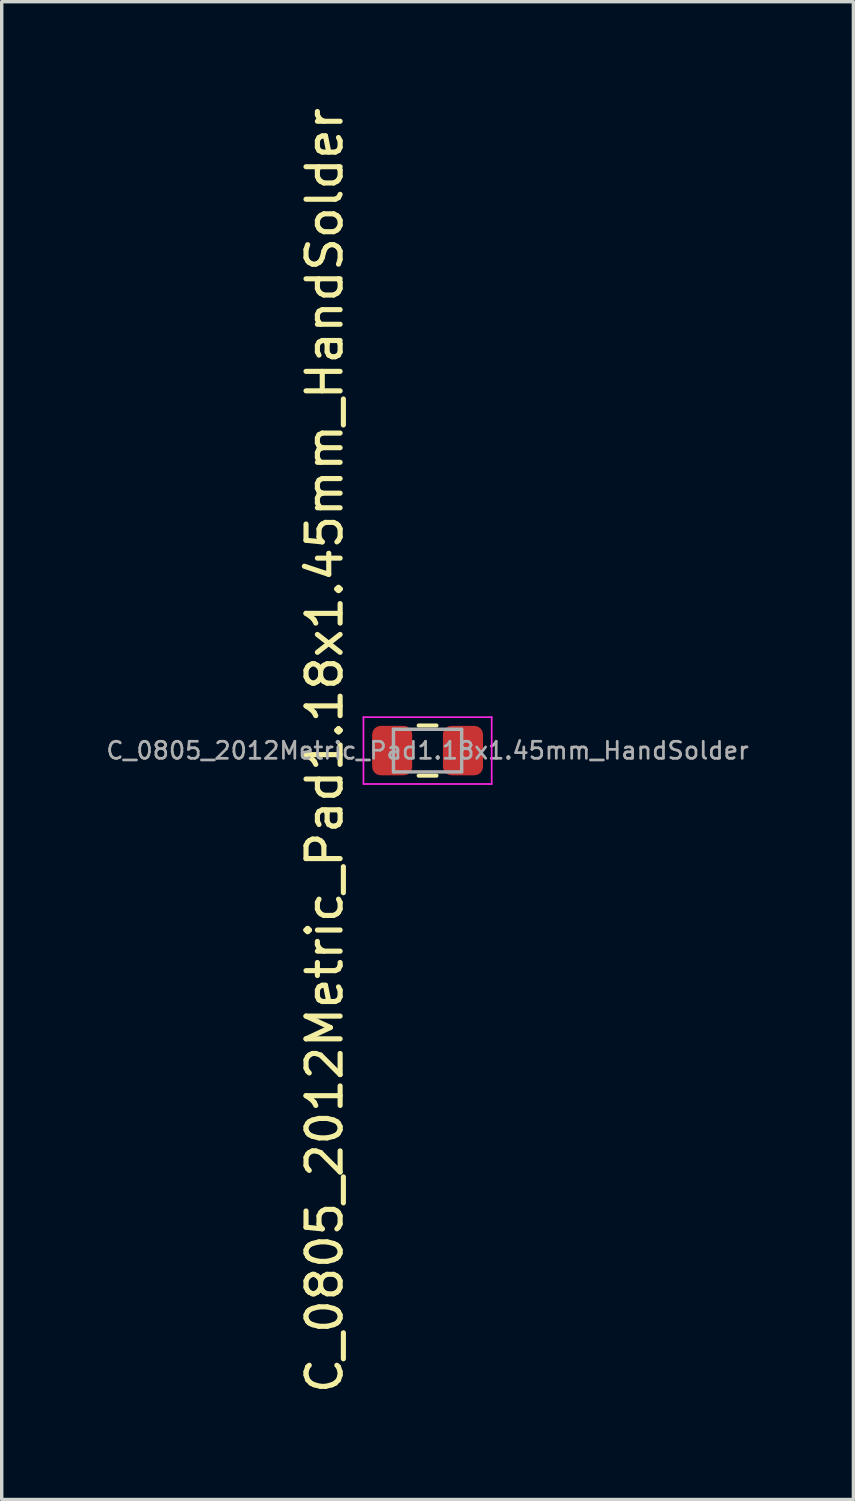
<source format=kicad_pcb>
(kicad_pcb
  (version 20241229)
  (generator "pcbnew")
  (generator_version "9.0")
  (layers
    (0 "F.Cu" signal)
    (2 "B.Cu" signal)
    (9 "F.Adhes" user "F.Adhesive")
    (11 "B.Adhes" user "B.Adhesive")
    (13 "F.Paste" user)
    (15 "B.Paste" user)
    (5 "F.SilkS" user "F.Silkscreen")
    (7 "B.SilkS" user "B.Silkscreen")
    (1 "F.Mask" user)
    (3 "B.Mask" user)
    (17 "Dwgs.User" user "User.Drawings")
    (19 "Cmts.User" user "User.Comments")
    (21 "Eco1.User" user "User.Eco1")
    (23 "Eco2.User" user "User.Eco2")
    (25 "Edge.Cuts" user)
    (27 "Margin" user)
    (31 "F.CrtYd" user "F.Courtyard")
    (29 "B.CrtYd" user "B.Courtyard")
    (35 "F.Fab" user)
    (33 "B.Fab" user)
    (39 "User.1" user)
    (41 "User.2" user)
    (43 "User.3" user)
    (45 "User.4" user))
  (footprint "C_0805_2012Metric_Pad1.18x1.45mm_HandSolder"
    (layer "F.Cu")
    (at 9.487 18.958)
    (property "Reference" "C_0805_2012Metric_Pad1.18x1.45mm_HandSolder" (at -3.019 0 270) (layer "F.SilkS") (effects (font (size 1 1) (thickness 0.15))))
    (attr smd)
    (fp_line (start -0.261 -0.735) (end 0.261 -0.735) (stroke (width 0.12) (type solid)) (layer "F.SilkS"))
    (fp_line (start -0.261 0.735) (end 0.261 0.735) (stroke (width 0.12) (type solid)) (layer "F.SilkS"))
    (fp_line (start -1.88 -0.98) (end 1.88 -0.98) (stroke (width 0.05) (type solid)) (layer "F.CrtYd"))
    (fp_line (start -1.88 0.98) (end -1.88 -0.98) (stroke (width 0.05) (type solid)) (layer "F.CrtYd"))
    (fp_line (start 1.88 -0.98) (end 1.88 0.98) (stroke (width 0.05) (type solid)) (layer "F.CrtYd"))
    (fp_line (start 1.88 0.98) (end -1.88 0.98) (stroke (width 0.05) (type solid)) (layer "F.CrtYd"))
    (fp_line (start -1 -0.625) (end 1 -0.625) (stroke (width 0.1) (type solid)) (layer "F.Fab"))
    (fp_line (start -1 0.625) (end -1 -0.625) (stroke (width 0.1) (type solid)) (layer "F.Fab"))
    (fp_line (start 1 -0.625) (end 1 0.625) (stroke (width 0.1) (type solid)) (layer "F.Fab"))
    (fp_line (start 1 0.625) (end -1 0.625) (stroke (width 0.1) (type solid)) (layer "F.Fab"))
    (fp_text user "${REFERENCE}" (at 0 0 180) (layer "F.Fab") (effects (font (size 0.5 0.5) (thickness 0.08))))
    (pad "1" smd roundrect (at -1.038 0) (size 1.175 1.45) (layers "F.Cu" "F.Mask" "F.Paste") (roundrect_rratio 0.213))
    (pad "2" smd roundrect (at 1.038 0) (size 1.175 1.45) (layers "F.Cu" "F.Mask" "F.Paste") (roundrect_rratio 0.213)))
  (gr_rect
    (start -3 -3)
    (end 21.973 40.917)
    (stroke (width 0.1) (type default))
    (fill no)
    (layer "Edge.Cuts")))
</source>
